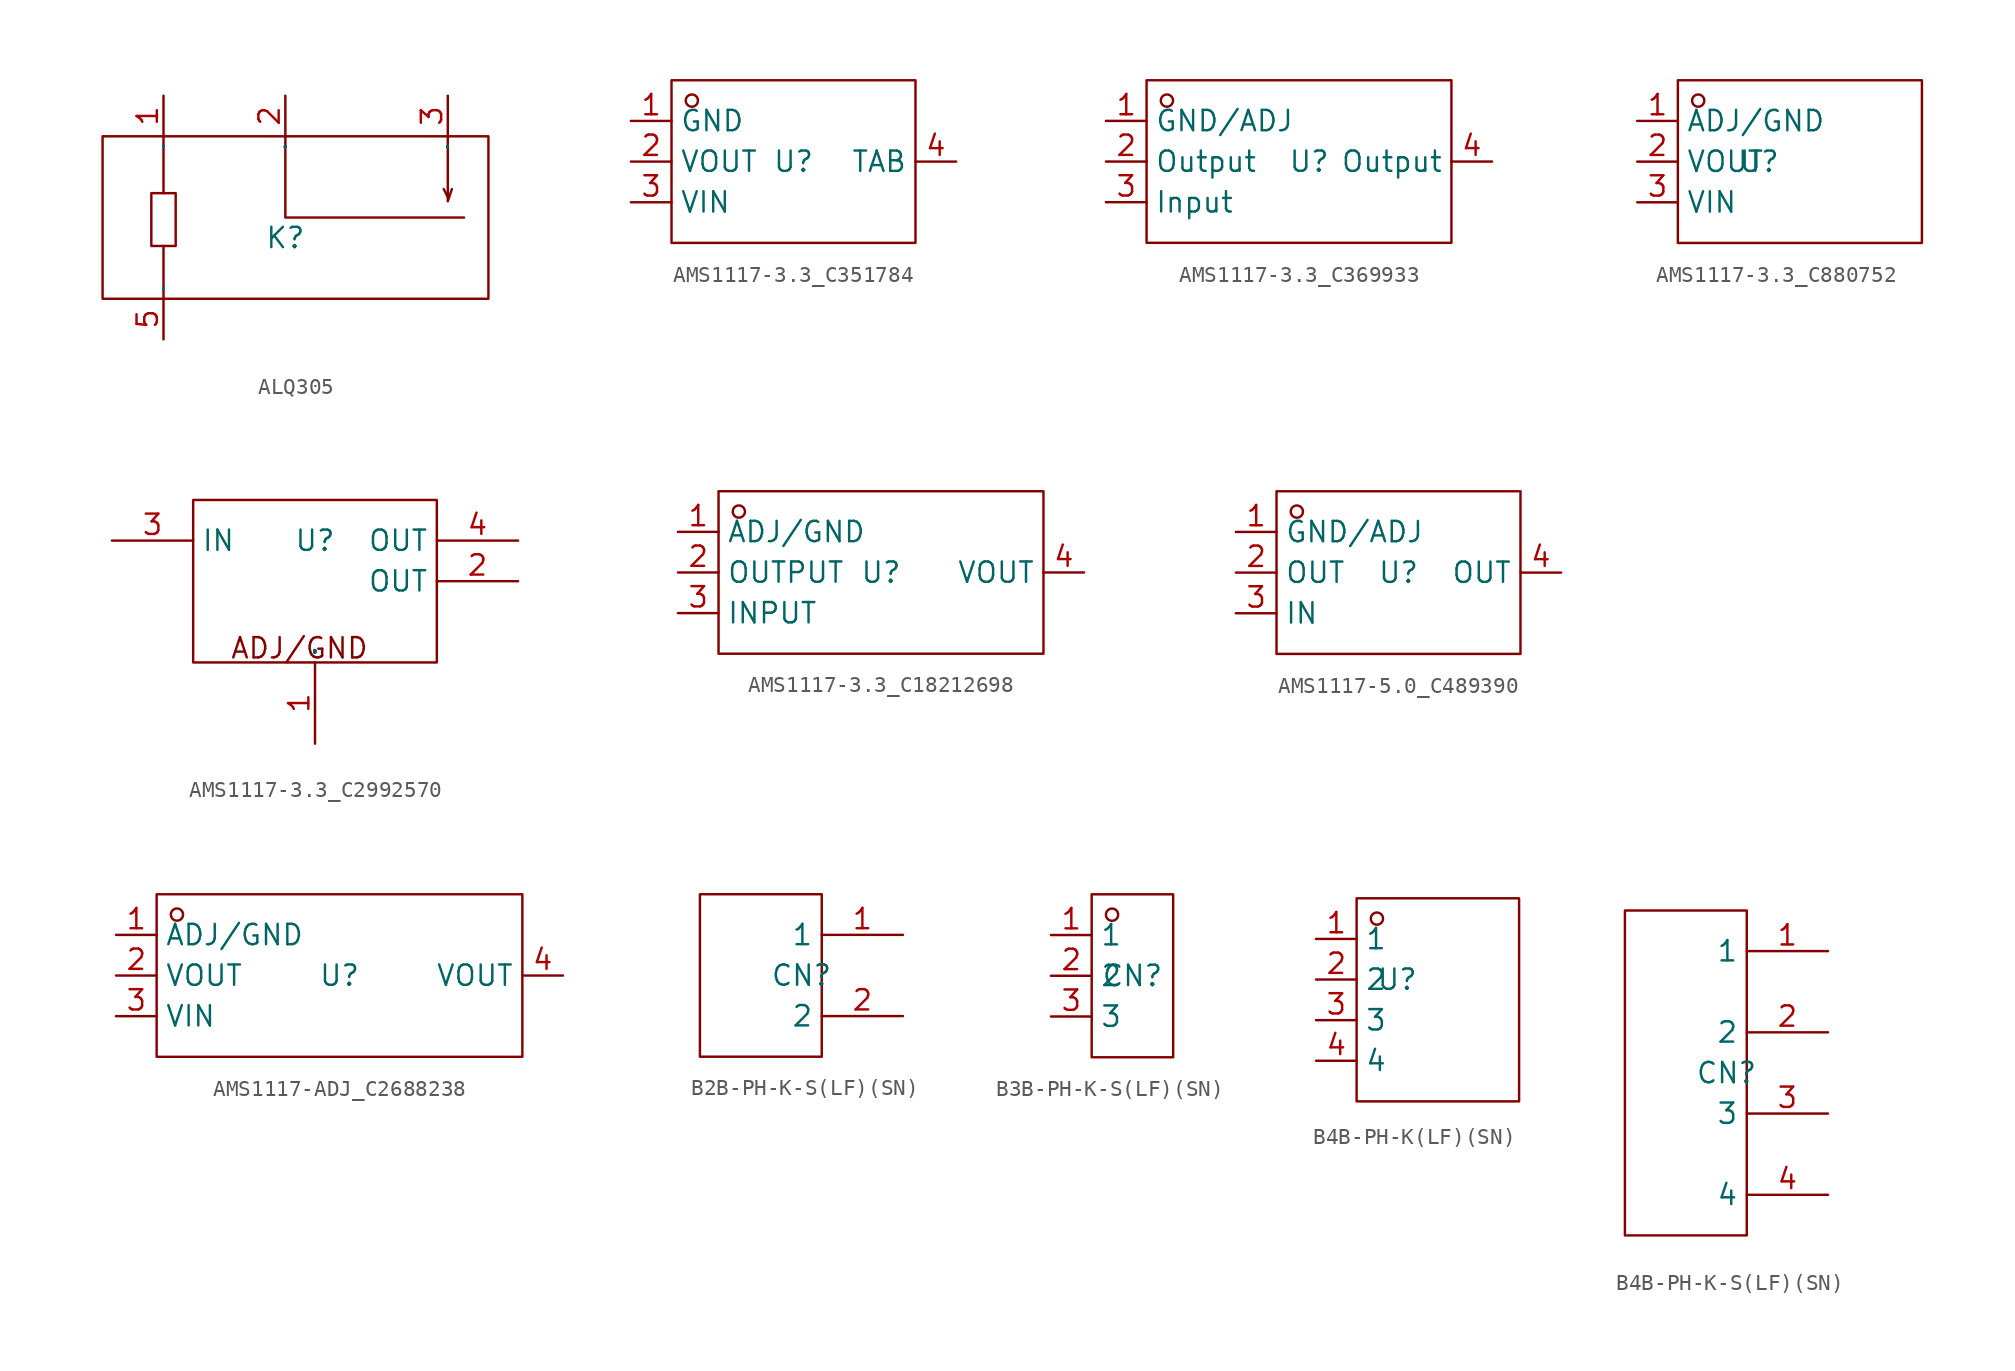
<source format=kicad_sym>
(kicad_symbol_lib
  (version 20231120)
  (generator "kicad_symbol_editor")
  (generator_version "8.0")
  (symbol "ALQ305"
    (property "Reference" "K"
      (at 0 0 0)
      (effects (font (size 1.27 1.27))))
    (property "Value" ""
      (at 0 0 0)
      (effects (font (size 1.27 1.27))))
    (symbol "ALQ305_1_0"
      (rectangle (start -11.43 -3.81) (end 12.7 6.35) (stroke (width 0) (type default)) (fill (type none)))
      (rectangle (start -8.382 -0.508) (end -6.858 2.794) (stroke (width 0) (type default)) (fill (type none)))
      (polyline (pts (xy -7.62 -3.81) (xy -7.62 -0.508)) (stroke (width 0) (type default)) (fill (type none)))
      (polyline (pts (xy -7.62 6.35) (xy -7.62 2.794)) (stroke (width 0) (type default)) (fill (type none)))
      (polyline (pts (xy 10.16 2.54) (xy 9.906 3.048)) (stroke (width 0) (type default)) (fill (type none)))
      (polyline (pts (xy 0 6.35) (xy 0 1.27) (xy 0 1.27) (xy 11.176 1.27)) (stroke (width 0) (type default)) (fill (type none)))
      (polyline (pts (xy 10.16 6.35) (xy 10.16 2.286) (xy 10.16 2.286) (xy 10.414 3.048)) (stroke (width 0) (type default)) (fill (type none)))
      (pin input line (at -7.62 8.89 270) (length 2.54) (name "1" (effects (font (size 0.025 0.025)))) (number "1" (effects (font (size 1.27 1.27)))))
      (pin input line (at 0 8.89 270) (length 2.54) (name "COM" (effects (font (size 0.025 0.025)))) (number "2" (effects (font (size 1.27 1.27)))))
      (pin input line (at 10.16 8.89 270) (length 2.54) (name "N.O." (effects (font (size 0.025 0.025)))) (number "3" (effects (font (size 1.27 1.27)))))
      (pin input line (at -7.62 -6.35 90) (length 2.54) (name "5" (effects (font (size 0.025 0.025)))) (number "5" (effects (font (size 1.27 1.27)))))))
  (symbol "AMS1117-3.3_C351784"
    (property "Reference" "U"
      (at 0 0 0)
      (effects (font (size 1.27 1.27))))
    (property "Value" ""
      (at 0 0 0)
      (effects (font (size 1.27 1.27))))
    (symbol "AMS1117-3.3_C351784_1_0"
      (rectangle (start -7.62 -5.08) (end 7.62 5.08) (stroke (width 0) (type default)) (fill (type none)))
      (circle (center -6.35 3.81) (radius 0.381) (stroke (width 0) (type default)) (fill (type none)))
      (pin input line (at -10.16 2.54 0) (length 2.54) (name "GND" (effects (font (size 1.27 1.27)))) (number "1" (effects (font (size 1.27 1.27)))))
      (pin input line (at -10.16 0 0) (length 2.54) (name "VOUT" (effects (font (size 1.27 1.27)))) (number "2" (effects (font (size 1.27 1.27)))))
      (pin input line (at -10.16 -2.54 0) (length 2.54) (name "VIN" (effects (font (size 1.27 1.27)))) (number "3" (effects (font (size 1.27 1.27)))))
      (pin input line (at 10.16 0 180) (length 2.54) (name "TAB" (effects (font (size 1.27 1.27)))) (number "4" (effects (font (size 1.27 1.27)))))))
  (symbol "AMS1117-3.3_C369933"
    (property "Reference" "U"
      (at 0 0 0)
      (effects (font (size 1.27 1.27))))
    (property "Value" ""
      (at 0 0 0)
      (effects (font (size 1.27 1.27))))
    (symbol "AMS1117-3.3_C369933_1_0"
      (rectangle (start -10.16 -5.08) (end 8.89 5.08) (stroke (width 0) (type default)) (fill (type none)))
      (circle (center -8.89 3.81) (radius 0.381) (stroke (width 0) (type default)) (fill (type none)))
      (pin input line (at -12.7 2.54 0) (length 2.54) (name "GND/ADJ" (effects (font (size 1.27 1.27)))) (number "1" (effects (font (size 1.27 1.27)))))
      (pin input line (at -12.7 0 0) (length 2.54) (name "Output" (effects (font (size 1.27 1.27)))) (number "2" (effects (font (size 1.27 1.27)))))
      (pin input line (at -12.7 -2.54 0) (length 2.54) (name "Input" (effects (font (size 1.27 1.27)))) (number "3" (effects (font (size 1.27 1.27)))))
      (pin input line (at 11.43 0 180) (length 2.54) (name "Output" (effects (font (size 1.27 1.27)))) (number "4" (effects (font (size 1.27 1.27)))))))
  (symbol "AMS1117-3.3_C880752"
    (property "Reference" "U"
      (at 0 0 0)
      (effects (font (size 1.27 1.27))))
    (property "Value" ""
      (at 0 0 0)
      (effects (font (size 1.27 1.27))))
    (symbol "AMS1117-3.3_C880752_1_0"
      (rectangle (start -5.08 -5.08) (end 10.16 5.08) (stroke (width 0) (type default)) (fill (type none)))
      (circle (center -3.81 3.81) (radius 0.381) (stroke (width 0) (type default)) (fill (type none)))
      (pin input line (at -7.62 2.54 0) (length 2.54) (name "ADJ/GND" (effects (font (size 1.27 1.27)))) (number "1" (effects (font (size 1.27 1.27)))))
      (pin input line (at -7.62 0 0) (length 2.54) (name "VOUT" (effects (font (size 1.27 1.27)))) (number "2" (effects (font (size 1.27 1.27)))))
      (pin input line (at -7.62 -2.54 0) (length 2.54) (name "VIN" (effects (font (size 1.27 1.27)))) (number "3" (effects (font (size 1.27 1.27)))))))
  (symbol "AMS1117-3.3_C2992570"
    (property "Reference" "U"
      (at 0 0 0)
      (effects (font (size 1.27 1.27))))
    (property "Value" ""
      (at 0 0 0)
      (effects (font (size 1.27 1.27))))
    (symbol "AMS1117-3.3_C2992570_1_0"
      (rectangle (start -7.62 -7.62) (end 7.62 2.54) (stroke (width 0) (type default)) (fill (type none)))
      (text "ADJ/GND" (at -5.334 -7.468 0) (effects (font (size 1.27 1.27)) (justify left bottom)))
      (pin input line (at 0 -12.7 90) (length 5.08) (name "ADJ/GND" (effects (font (size 0.025 0.025)))) (number "1" (effects (font (size 1.27 1.27)))))
      (pin input line (at 12.7 -2.54 180) (length 5.08) (name "OUT" (effects (font (size 1.27 1.27)))) (number "2" (effects (font (size 1.27 1.27)))))
      (pin input line (at -12.7 0 0) (length 5.08) (name "IN" (effects (font (size 1.27 1.27)))) (number "3" (effects (font (size 1.27 1.27)))))
      (pin input line (at 12.7 0 180) (length 5.08) (name "OUT" (effects (font (size 1.27 1.27)))) (number "4" (effects (font (size 1.27 1.27)))))))
  (symbol "AMS1117-3.3_C18212698"
    (property "Reference" "U"
      (at 0 0 0)
      (effects (font (size 1.27 1.27))))
    (property "Value" ""
      (at 0 0 0)
      (effects (font (size 1.27 1.27))))
    (symbol "AMS1117-3.3_C18212698_1_0"
      (rectangle (start -10.16 -5.08) (end 10.16 5.08) (stroke (width 0) (type default)) (fill (type none)))
      (circle (center -8.89 3.81) (radius 0.381) (stroke (width 0) (type default)) (fill (type none)))
      (pin input line (at -12.7 2.54 0) (length 2.54) (name "ADJ/GND" (effects (font (size 1.27 1.27)))) (number "1" (effects (font (size 1.27 1.27)))))
      (pin input line (at -12.7 0 0) (length 2.54) (name "OUTPUT" (effects (font (size 1.27 1.27)))) (number "2" (effects (font (size 1.27 1.27)))))
      (pin input line (at -12.7 -2.54 0) (length 2.54) (name "INPUT" (effects (font (size 1.27 1.27)))) (number "3" (effects (font (size 1.27 1.27)))))
      (pin input line (at 12.7 0 180) (length 2.54) (name "VOUT" (effects (font (size 1.27 1.27)))) (number "4" (effects (font (size 1.27 1.27)))))))
  (symbol "AMS1117-5.0_C489390"
    (property "Reference" "U"
      (at 0 0 0)
      (effects (font (size 1.27 1.27))))
    (property "Value" ""
      (at 0 0 0)
      (effects (font (size 1.27 1.27))))
    (symbol "AMS1117-5.0_C489390_1_0"
      (rectangle (start -7.62 -5.08) (end 7.62 5.08) (stroke (width 0) (type default)) (fill (type none)))
      (circle (center -6.35 3.81) (radius 0.381) (stroke (width 0) (type default)) (fill (type none)))
      (pin input line (at -10.16 2.54 0) (length 2.54) (name "GND/ADJ" (effects (font (size 1.27 1.27)))) (number "1" (effects (font (size 1.27 1.27)))))
      (pin input line (at -10.16 0 0) (length 2.54) (name "OUT" (effects (font (size 1.27 1.27)))) (number "2" (effects (font (size 1.27 1.27)))))
      (pin input line (at -10.16 -2.54 0) (length 2.54) (name "IN" (effects (font (size 1.27 1.27)))) (number "3" (effects (font (size 1.27 1.27)))))
      (pin input line (at 10.16 0 180) (length 2.54) (name "OUT" (effects (font (size 1.27 1.27)))) (number "4" (effects (font (size 1.27 1.27)))))))
  (symbol "AMS1117-ADJ_C2688238"
    (property "Reference" "U"
      (at 0 0 0)
      (effects (font (size 1.27 1.27))))
    (property "Value" ""
      (at 0 0 0)
      (effects (font (size 1.27 1.27))))
    (symbol "AMS1117-ADJ_C2688238_1_0"
      (rectangle (start -11.43 -5.08) (end 11.43 5.08) (stroke (width 0) (type default)) (fill (type none)))
      (circle (center -10.16 3.81) (radius 0.381) (stroke (width 0) (type default)) (fill (type none)))
      (pin input line (at -13.97 2.54 0) (length 2.54) (name "ADJ/GND" (effects (font (size 1.27 1.27)))) (number "1" (effects (font (size 1.27 1.27)))))
      (pin input line (at -13.97 0 0) (length 2.54) (name "VOUT" (effects (font (size 1.27 1.27)))) (number "2" (effects (font (size 1.27 1.27)))))
      (pin input line (at -13.97 -2.54 0) (length 2.54) (name "VIN" (effects (font (size 1.27 1.27)))) (number "3" (effects (font (size 1.27 1.27)))))
      (pin input line (at 13.97 0 180) (length 2.54) (name "VOUT" (effects (font (size 1.27 1.27)))) (number "4" (effects (font (size 1.27 1.27)))))))
  (symbol "B2B-PH-K-S(LF)(SN)"
    (property "Reference" "CN"
      (at 0 0 0)
      (effects (font (size 1.27 1.27))))
    (property "Value" ""
      (at 0 0 0)
      (effects (font (size 1.27 1.27))))
    (symbol "B2B-PH-K-S(LF)(SN)_1_0"
      (rectangle (start -6.35 -5.08) (end 1.27 5.08) (stroke (width 0) (type default)) (fill (type none)))
      (pin input line (at 6.35 2.54 180) (length 5.08) (name "1" (effects (font (size 1.27 1.27)))) (number "1" (effects (font (size 1.27 1.27)))))
      (pin input line (at 6.35 -2.54 180) (length 5.08) (name "2" (effects (font (size 1.27 1.27)))) (number "2" (effects (font (size 1.27 1.27)))))))
  (symbol "B3B-PH-K-S(LF)(SN)"
    (property "Reference" "CN"
      (at 0 0 0)
      (effects (font (size 1.27 1.27))))
    (property "Value" ""
      (at 0 0 0)
      (effects (font (size 1.27 1.27))))
    (symbol "B3B-PH-K-S(LF)(SN)_1_0"
      (rectangle (start -2.54 -5.08) (end 2.54 5.08) (stroke (width 0) (type default)) (fill (type none)))
      (circle (center -1.27 3.81) (radius 0.381) (stroke (width 0) (type default)) (fill (type none)))
      (pin unspecified line (at -5.08 2.54 0) (length 2.54) (name "1" (effects (font (size 1.27 1.27)))) (number "1" (effects (font (size 1.27 1.27)))))
      (pin unspecified line (at -5.08 0 0) (length 2.54) (name "2" (effects (font (size 1.27 1.27)))) (number "2" (effects (font (size 1.27 1.27)))))
      (pin unspecified line (at -5.08 -2.54 0) (length 2.54) (name "3" (effects (font (size 1.27 1.27)))) (number "3" (effects (font (size 1.27 1.27)))))))
  (symbol "B4B-PH-K(LF)(SN)"
    (property "Reference" "U"
      (at 0 0 0)
      (effects (font (size 1.27 1.27))))
    (property "Value" ""
      (at 0 0 0)
      (effects (font (size 1.27 1.27))))
    (symbol "B4B-PH-K(LF)(SN)_1_0"
      (rectangle (start -2.54 -7.62) (end 7.62 5.08) (stroke (width 0) (type default)) (fill (type none)))
      (circle (center -1.27 3.81) (radius 0.381) (stroke (width 0) (type default)) (fill (type none)))
      (pin unspecified line (at -5.08 2.54 0) (length 2.54) (name "1" (effects (font (size 1.27 1.27)))) (number "1" (effects (font (size 1.27 1.27)))))
      (pin unspecified line (at -5.08 0 0) (length 2.54) (name "2" (effects (font (size 1.27 1.27)))) (number "2" (effects (font (size 1.27 1.27)))))
      (pin unspecified line (at -5.08 -2.54 0) (length 2.54) (name "3" (effects (font (size 1.27 1.27)))) (number "3" (effects (font (size 1.27 1.27)))))
      (pin unspecified line (at -5.08 -5.08 0) (length 2.54) (name "4" (effects (font (size 1.27 1.27)))) (number "4" (effects (font (size 1.27 1.27)))))))
  (symbol "B4B-PH-K-S(LF)(SN)"
    (property "Reference" "CN"
      (at 0 0 0)
      (effects (font (size 1.27 1.27))))
    (property "Value" ""
      (at 0 0 0)
      (effects (font (size 1.27 1.27))))
    (symbol "B4B-PH-K-S(LF)(SN)_1_0"
      (rectangle (start -6.35 -10.16) (end 1.27 10.16) (stroke (width 0) (type default)) (fill (type none)))
      (pin input line (at 6.35 7.62 180) (length 5.08) (name "1" (effects (font (size 1.27 1.27)))) (number "1" (effects (font (size 1.27 1.27)))))
      (pin input line (at 6.35 2.54 180) (length 5.08) (name "2" (effects (font (size 1.27 1.27)))) (number "2" (effects (font (size 1.27 1.27)))))
      (pin input line (at 6.35 -2.54 180) (length 5.08) (name "3" (effects (font (size 1.27 1.27)))) (number "3" (effects (font (size 1.27 1.27)))))
      (pin input line (at 6.35 -7.62 180) (length 5.08) (name "4" (effects (font (size 1.27 1.27)))) (number "4" (effects (font (size 1.27 1.27))))))))
</source>
